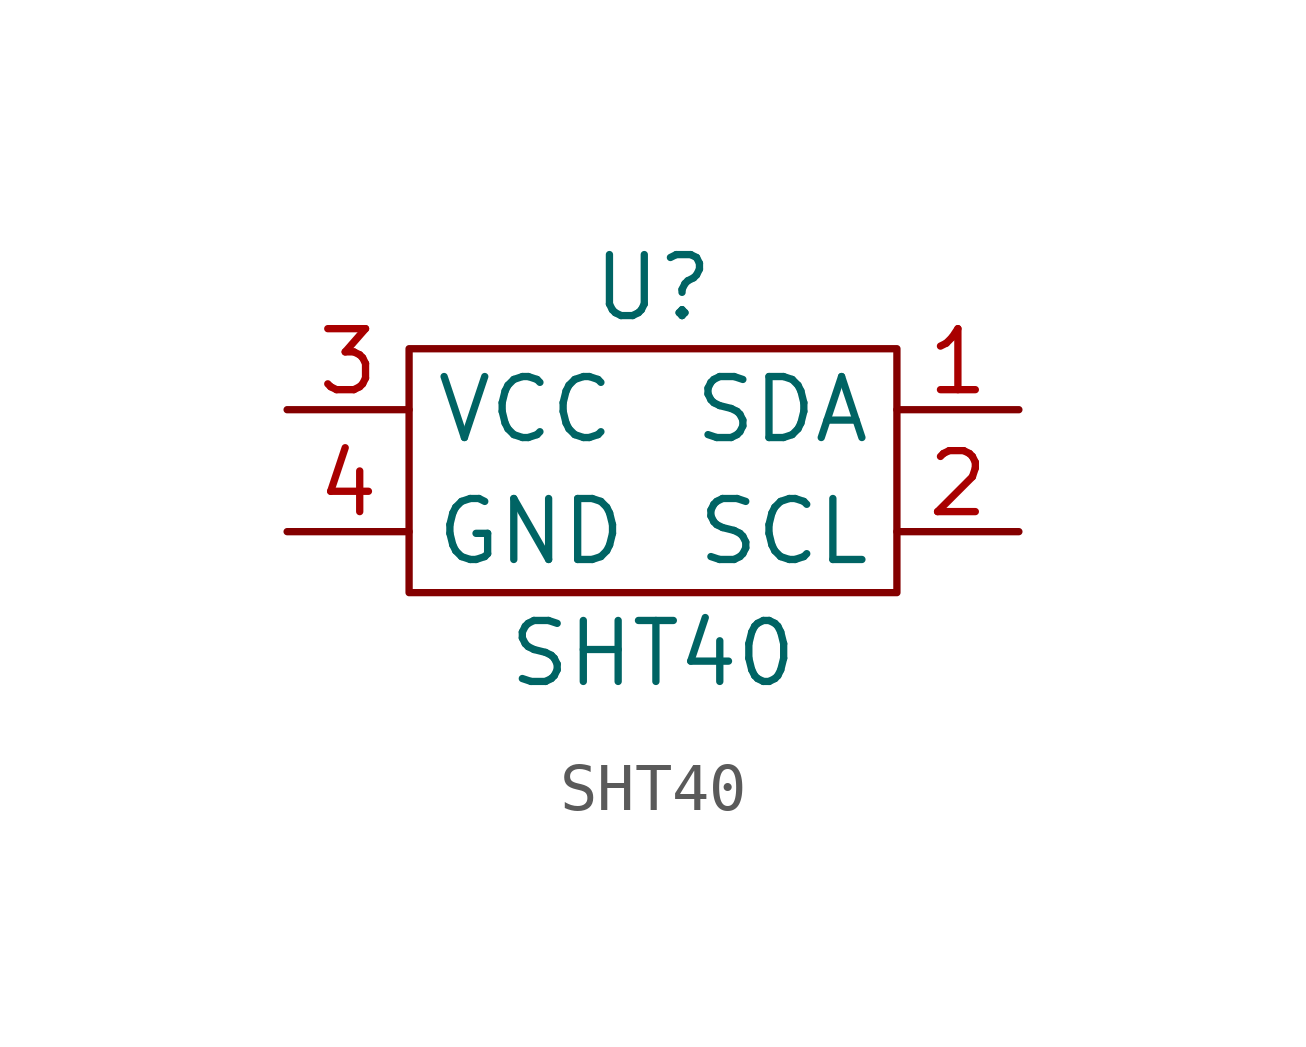
<source format=kicad_sym>
(kicad_symbol_lib
  (version 20211014)
  (generator kicad_symbol_editor)
  (symbol "SHT40"
    (property "Reference" "U"
      (at 0 3.81 0)
      (effects (font (size 1.27 1.27))))
    (property "Value" "SHT40"
      (at 0 -3.81 0)
      (effects (font (size 1.27 1.27))))
    (symbol "SHT40_0_1"
      (rectangle (start -5.08 2.54) (end 5.08 -2.54) (stroke (width 0) (type default) (color 0 0 0 0)) (fill (type none))))
    (symbol "SHT40_1_1"
      (pin bidirectional line (at 7.62 1.27 180) (length 2.54) (name "SDA" (effects (font (size 1.27 1.27)))) (number "1" (effects (font (size 1.27 1.27)))))
      (pin bidirectional line (at 7.62 -1.27 180) (length 2.54) (name "SCL" (effects (font (size 1.27 1.27)))) (number "2" (effects (font (size 1.27 1.27)))))
      (pin power_in line (at -7.62 1.27 0) (length 2.54) (name "VCC" (effects (font (size 1.27 1.27)))) (number "3" (effects (font (size 1.27 1.27)))))
      (pin passive line (at -7.62 -1.27 0) (length 2.54) (name "GND" (effects (font (size 1.27 1.27)))) (number "4" (effects (font (size 1.27 1.27))))))))
</source>
